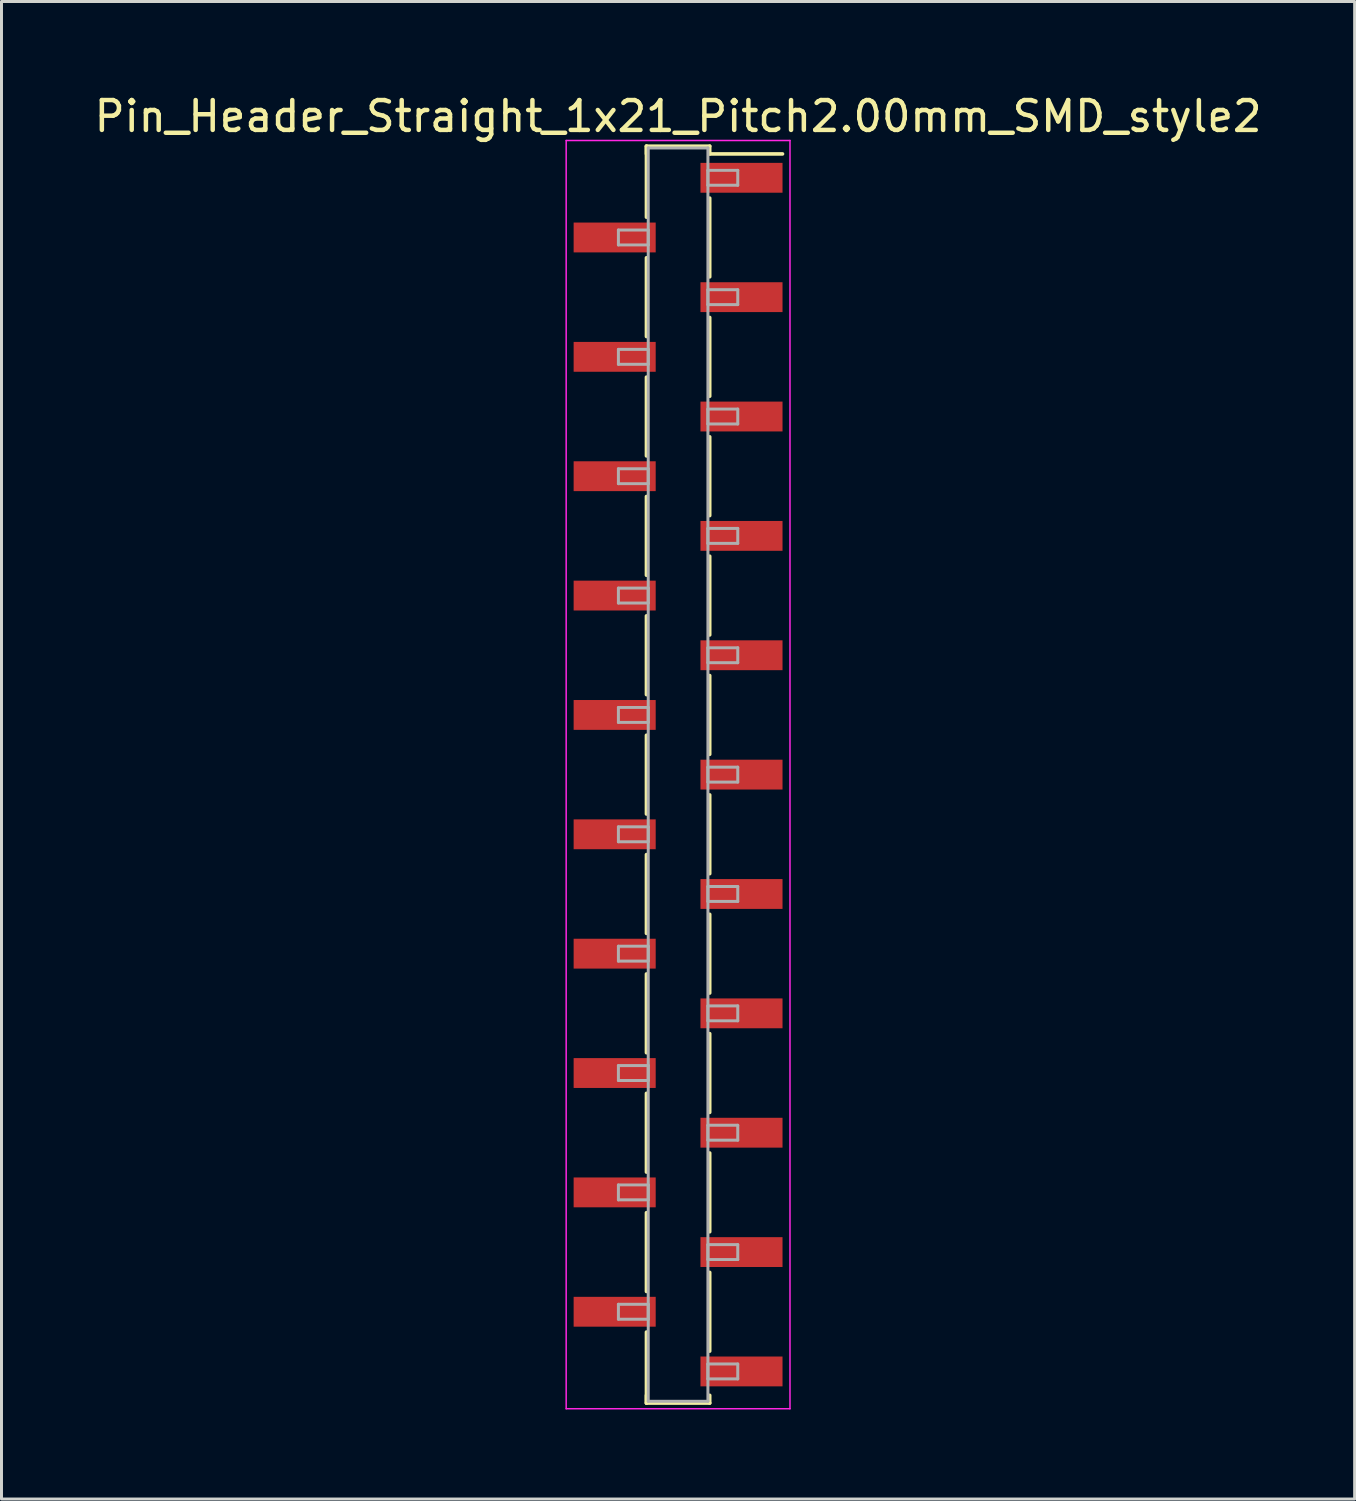
<source format=kicad_pcb>
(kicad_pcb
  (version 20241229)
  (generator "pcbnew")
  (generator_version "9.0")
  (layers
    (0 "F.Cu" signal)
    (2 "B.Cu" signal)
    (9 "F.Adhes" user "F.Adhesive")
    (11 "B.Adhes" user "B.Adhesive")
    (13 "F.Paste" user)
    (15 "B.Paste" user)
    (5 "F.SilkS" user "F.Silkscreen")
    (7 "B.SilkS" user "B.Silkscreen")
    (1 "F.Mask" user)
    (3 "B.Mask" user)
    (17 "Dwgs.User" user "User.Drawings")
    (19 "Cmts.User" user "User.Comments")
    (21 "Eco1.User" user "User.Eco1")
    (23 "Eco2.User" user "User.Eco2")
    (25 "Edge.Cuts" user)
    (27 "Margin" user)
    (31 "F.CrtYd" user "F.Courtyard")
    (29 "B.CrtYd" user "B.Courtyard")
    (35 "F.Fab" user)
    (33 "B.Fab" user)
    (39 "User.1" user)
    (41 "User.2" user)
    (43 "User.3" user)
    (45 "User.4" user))
  (footprint "Pin_Header_Straight_1x21_Pitch2.00mm_SMD_style2"
    (layer "F.Cu")
    (at 19.673 22.908)
    (property "Reference" "Pin_Header_Straight_1x21_Pitch2.00mm_SMD_style2" (at 0 -22.06 0) (layer "F.SilkS") (effects (font (size 1 1) (thickness 0.15))))
    (attr smd)
    (fp_line (start -1.06 -21.06) (end -1.06 -18.68) (stroke (width 0.12) (type solid)) (layer "F.SilkS"))
    (fp_line (start -1.06 -21.06) (end 1.06 -21.06) (stroke (width 0.12) (type solid)) (layer "F.SilkS"))
    (fp_line (start -1.06 -20.8) (end -1.06 -21.06) (stroke (width 0.12) (type solid)) (layer "F.SilkS"))
    (fp_line (start -1.06 -17.32) (end -1.06 -14.68) (stroke (width 0.12) (type solid)) (layer "F.SilkS"))
    (fp_line (start -1.06 -13.32) (end -1.06 -10.68) (stroke (width 0.12) (type solid)) (layer "F.SilkS"))
    (fp_line (start -1.06 -9.32) (end -1.06 -6.68) (stroke (width 0.12) (type solid)) (layer "F.SilkS"))
    (fp_line (start -1.06 -5.32) (end -1.06 -2.68) (stroke (width 0.12) (type solid)) (layer "F.SilkS"))
    (fp_line (start -1.06 -1.32) (end -1.06 1.32) (stroke (width 0.12) (type solid)) (layer "F.SilkS"))
    (fp_line (start -1.06 2.68) (end -1.06 5.32) (stroke (width 0.12) (type solid)) (layer "F.SilkS"))
    (fp_line (start -1.06 6.68) (end -1.06 9.32) (stroke (width 0.12) (type solid)) (layer "F.SilkS"))
    (fp_line (start -1.06 10.68) (end -1.06 13.32) (stroke (width 0.12) (type solid)) (layer "F.SilkS"))
    (fp_line (start -1.06 14.68) (end -1.06 17.32) (stroke (width 0.12) (type solid)) (layer "F.SilkS"))
    (fp_line (start -1.06 18.68) (end -1.06 21.06) (stroke (width 0.12) (type solid)) (layer "F.SilkS"))
    (fp_line (start -1.06 20.8) (end -1.06 21.06) (stroke (width 0.12) (type solid)) (layer "F.SilkS"))
    (fp_line (start -1.06 21.06) (end 1.06 21.06) (stroke (width 0.12) (type solid)) (layer "F.SilkS"))
    (fp_line (start 1.06 -21.06) (end 1.06 -20.8) (stroke (width 0.12) (type solid)) (layer "F.SilkS"))
    (fp_line (start 1.06 -20.8) (end 3.5 -20.8) (stroke (width 0.12) (type solid)) (layer "F.SilkS"))
    (fp_line (start 1.06 -19.32) (end 1.06 -16.68) (stroke (width 0.12) (type solid)) (layer "F.SilkS"))
    (fp_line (start 1.06 -15.32) (end 1.06 -12.68) (stroke (width 0.12) (type solid)) (layer "F.SilkS"))
    (fp_line (start 1.06 -11.32) (end 1.06 -8.68) (stroke (width 0.12) (type solid)) (layer "F.SilkS"))
    (fp_line (start 1.06 -7.32) (end 1.06 -4.68) (stroke (width 0.12) (type solid)) (layer "F.SilkS"))
    (fp_line (start 1.06 -3.32) (end 1.06 -0.68) (stroke (width 0.12) (type solid)) (layer "F.SilkS"))
    (fp_line (start 1.06 0.68) (end 1.06 3.32) (stroke (width 0.12) (type solid)) (layer "F.SilkS"))
    (fp_line (start 1.06 4.68) (end 1.06 7.32) (stroke (width 0.12) (type solid)) (layer "F.SilkS"))
    (fp_line (start 1.06 8.68) (end 1.06 11.32) (stroke (width 0.12) (type solid)) (layer "F.SilkS"))
    (fp_line (start 1.06 12.68) (end 1.06 15.32) (stroke (width 0.12) (type solid)) (layer "F.SilkS"))
    (fp_line (start 1.06 16.68) (end 1.06 19.32) (stroke (width 0.12) (type solid)) (layer "F.SilkS"))
    (fp_line (start 1.06 21.06) (end 1.06 20.8) (stroke (width 0.12) (type solid)) (layer "F.SilkS"))
    (fp_line (start -3.75 -21.25) (end -3.75 21.25) (stroke (width 0.05) (type solid)) (layer "F.CrtYd"))
    (fp_line (start -3.75 21.25) (end 3.75 21.25) (stroke (width 0.05) (type solid)) (layer "F.CrtYd"))
    (fp_line (start 3.75 -21.25) (end -3.75 -21.25) (stroke (width 0.05) (type solid)) (layer "F.CrtYd"))
    (fp_line (start 3.75 21.25) (end 3.75 -21.25) (stroke (width 0.05) (type solid)) (layer "F.CrtYd"))
    (fp_line (start -2 -18.25) (end -1 -18.25) (stroke (width 0.1) (type solid)) (layer "F.Fab"))
    (fp_line (start -2 -17.75) (end -2 -18.25) (stroke (width 0.1) (type solid)) (layer "F.Fab"))
    (fp_line (start -2 -14.25) (end -1 -14.25) (stroke (width 0.1) (type solid)) (layer "F.Fab"))
    (fp_line (start -2 -13.75) (end -2 -14.25) (stroke (width 0.1) (type solid)) (layer "F.Fab"))
    (fp_line (start -2 -10.25) (end -1 -10.25) (stroke (width 0.1) (type solid)) (layer "F.Fab"))
    (fp_line (start -2 -9.75) (end -2 -10.25) (stroke (width 0.1) (type solid)) (layer "F.Fab"))
    (fp_line (start -2 -6.25) (end -1 -6.25) (stroke (width 0.1) (type solid)) (layer "F.Fab"))
    (fp_line (start -2 -5.75) (end -2 -6.25) (stroke (width 0.1) (type solid)) (layer "F.Fab"))
    (fp_line (start -2 -2.25) (end -1 -2.25) (stroke (width 0.1) (type solid)) (layer "F.Fab"))
    (fp_line (start -2 -1.75) (end -2 -2.25) (stroke (width 0.1) (type solid)) (layer "F.Fab"))
    (fp_line (start -2 1.75) (end -1 1.75) (stroke (width 0.1) (type solid)) (layer "F.Fab"))
    (fp_line (start -2 2.25) (end -2 1.75) (stroke (width 0.1) (type solid)) (layer "F.Fab"))
    (fp_line (start -2 5.75) (end -1 5.75) (stroke (width 0.1) (type solid)) (layer "F.Fab"))
    (fp_line (start -2 6.25) (end -2 5.75) (stroke (width 0.1) (type solid)) (layer "F.Fab"))
    (fp_line (start -2 9.75) (end -1 9.75) (stroke (width 0.1) (type solid)) (layer "F.Fab"))
    (fp_line (start -2 10.25) (end -2 9.75) (stroke (width 0.1) (type solid)) (layer "F.Fab"))
    (fp_line (start -2 13.75) (end -1 13.75) (stroke (width 0.1) (type solid)) (layer "F.Fab"))
    (fp_line (start -2 14.25) (end -2 13.75) (stroke (width 0.1) (type solid)) (layer "F.Fab"))
    (fp_line (start -2 17.75) (end -1 17.75) (stroke (width 0.1) (type solid)) (layer "F.Fab"))
    (fp_line (start -2 18.25) (end -2 17.75) (stroke (width 0.1) (type solid)) (layer "F.Fab"))
    (fp_line (start -1 -21) (end -1 21) (stroke (width 0.1) (type solid)) (layer "F.Fab"))
    (fp_line (start -1 -18.25) (end -1 -17.75) (stroke (width 0.1) (type solid)) (layer "F.Fab"))
    (fp_line (start -1 -17.75) (end -2 -17.75) (stroke (width 0.1) (type solid)) (layer "F.Fab"))
    (fp_line (start -1 -14.25) (end -1 -13.75) (stroke (width 0.1) (type solid)) (layer "F.Fab"))
    (fp_line (start -1 -13.75) (end -2 -13.75) (stroke (width 0.1) (type solid)) (layer "F.Fab"))
    (fp_line (start -1 -10.25) (end -1 -9.75) (stroke (width 0.1) (type solid)) (layer "F.Fab"))
    (fp_line (start -1 -9.75) (end -2 -9.75) (stroke (width 0.1) (type solid)) (layer "F.Fab"))
    (fp_line (start -1 -6.25) (end -1 -5.75) (stroke (width 0.1) (type solid)) (layer "F.Fab"))
    (fp_line (start -1 -5.75) (end -2 -5.75) (stroke (width 0.1) (type solid)) (layer "F.Fab"))
    (fp_line (start -1 -2.25) (end -1 -1.75) (stroke (width 0.1) (type solid)) (layer "F.Fab"))
    (fp_line (start -1 -1.75) (end -2 -1.75) (stroke (width 0.1) (type solid)) (layer "F.Fab"))
    (fp_line (start -1 1.75) (end -1 2.25) (stroke (width 0.1) (type solid)) (layer "F.Fab"))
    (fp_line (start -1 2.25) (end -2 2.25) (stroke (width 0.1) (type solid)) (layer "F.Fab"))
    (fp_line (start -1 5.75) (end -1 6.25) (stroke (width 0.1) (type solid)) (layer "F.Fab"))
    (fp_line (start -1 6.25) (end -2 6.25) (stroke (width 0.1) (type solid)) (layer "F.Fab"))
    (fp_line (start -1 9.75) (end -1 10.25) (stroke (width 0.1) (type solid)) (layer "F.Fab"))
    (fp_line (start -1 10.25) (end -2 10.25) (stroke (width 0.1) (type solid)) (layer "F.Fab"))
    (fp_line (start -1 13.75) (end -1 14.25) (stroke (width 0.1) (type solid)) (layer "F.Fab"))
    (fp_line (start -1 14.25) (end -2 14.25) (stroke (width 0.1) (type solid)) (layer "F.Fab"))
    (fp_line (start -1 17.75) (end -1 18.25) (stroke (width 0.1) (type solid)) (layer "F.Fab"))
    (fp_line (start -1 18.25) (end -2 18.25) (stroke (width 0.1) (type solid)) (layer "F.Fab"))
    (fp_line (start -1 21) (end 1 21) (stroke (width 0.1) (type solid)) (layer "F.Fab"))
    (fp_line (start 1 -21) (end -1 -21) (stroke (width 0.1) (type solid)) (layer "F.Fab"))
    (fp_line (start 1 -20.25) (end 1 -19.75) (stroke (width 0.1) (type solid)) (layer "F.Fab"))
    (fp_line (start 1 -19.75) (end 2 -19.75) (stroke (width 0.1) (type solid)) (layer "F.Fab"))
    (fp_line (start 1 -16.25) (end 1 -15.75) (stroke (width 0.1) (type solid)) (layer "F.Fab"))
    (fp_line (start 1 -15.75) (end 2 -15.75) (stroke (width 0.1) (type solid)) (layer "F.Fab"))
    (fp_line (start 1 -12.25) (end 1 -11.75) (stroke (width 0.1) (type solid)) (layer "F.Fab"))
    (fp_line (start 1 -11.75) (end 2 -11.75) (stroke (width 0.1) (type solid)) (layer "F.Fab"))
    (fp_line (start 1 -8.25) (end 1 -7.75) (stroke (width 0.1) (type solid)) (layer "F.Fab"))
    (fp_line (start 1 -7.75) (end 2 -7.75) (stroke (width 0.1) (type solid)) (layer "F.Fab"))
    (fp_line (start 1 -4.25) (end 1 -3.75) (stroke (width 0.1) (type solid)) (layer "F.Fab"))
    (fp_line (start 1 -3.75) (end 2 -3.75) (stroke (width 0.1) (type solid)) (layer "F.Fab"))
    (fp_line (start 1 -0.25) (end 1 0.25) (stroke (width 0.1) (type solid)) (layer "F.Fab"))
    (fp_line (start 1 0.25) (end 2 0.25) (stroke (width 0.1) (type solid)) (layer "F.Fab"))
    (fp_line (start 1 3.75) (end 1 4.25) (stroke (width 0.1) (type solid)) (layer "F.Fab"))
    (fp_line (start 1 4.25) (end 2 4.25) (stroke (width 0.1) (type solid)) (layer "F.Fab"))
    (fp_line (start 1 7.75) (end 1 8.25) (stroke (width 0.1) (type solid)) (layer "F.Fab"))
    (fp_line (start 1 8.25) (end 2 8.25) (stroke (width 0.1) (type solid)) (layer "F.Fab"))
    (fp_line (start 1 11.75) (end 1 12.25) (stroke (width 0.1) (type solid)) (layer "F.Fab"))
    (fp_line (start 1 12.25) (end 2 12.25) (stroke (width 0.1) (type solid)) (layer "F.Fab"))
    (fp_line (start 1 15.75) (end 1 16.25) (stroke (width 0.1) (type solid)) (layer "F.Fab"))
    (fp_line (start 1 16.25) (end 2 16.25) (stroke (width 0.1) (type solid)) (layer "F.Fab"))
    (fp_line (start 1 19.75) (end 1 20.25) (stroke (width 0.1) (type solid)) (layer "F.Fab"))
    (fp_line (start 1 20.25) (end 2 20.25) (stroke (width 0.1) (type solid)) (layer "F.Fab"))
    (fp_line (start 1 21) (end 1 -21) (stroke (width 0.1) (type solid)) (layer "F.Fab"))
    (fp_line (start 2 -20.25) (end 1 -20.25) (stroke (width 0.1) (type solid)) (layer "F.Fab"))
    (fp_line (start 2 -19.75) (end 2 -20.25) (stroke (width 0.1) (type solid)) (layer "F.Fab"))
    (fp_line (start 2 -16.25) (end 1 -16.25) (stroke (width 0.1) (type solid)) (layer "F.Fab"))
    (fp_line (start 2 -15.75) (end 2 -16.25) (stroke (width 0.1) (type solid)) (layer "F.Fab"))
    (fp_line (start 2 -12.25) (end 1 -12.25) (stroke (width 0.1) (type solid)) (layer "F.Fab"))
    (fp_line (start 2 -11.75) (end 2 -12.25) (stroke (width 0.1) (type solid)) (layer "F.Fab"))
    (fp_line (start 2 -8.25) (end 1 -8.25) (stroke (width 0.1) (type solid)) (layer "F.Fab"))
    (fp_line (start 2 -7.75) (end 2 -8.25) (stroke (width 0.1) (type solid)) (layer "F.Fab"))
    (fp_line (start 2 -4.25) (end 1 -4.25) (stroke (width 0.1) (type solid)) (layer "F.Fab"))
    (fp_line (start 2 -3.75) (end 2 -4.25) (stroke (width 0.1) (type solid)) (layer "F.Fab"))
    (fp_line (start 2 -0.25) (end 1 -0.25) (stroke (width 0.1) (type solid)) (layer "F.Fab"))
    (fp_line (start 2 0.25) (end 2 -0.25) (stroke (width 0.1) (type solid)) (layer "F.Fab"))
    (fp_line (start 2 3.75) (end 1 3.75) (stroke (width 0.1) (type solid)) (layer "F.Fab"))
    (fp_line (start 2 4.25) (end 2 3.75) (stroke (width 0.1) (type solid)) (layer "F.Fab"))
    (fp_line (start 2 7.75) (end 1 7.75) (stroke (width 0.1) (type solid)) (layer "F.Fab"))
    (fp_line (start 2 8.25) (end 2 7.75) (stroke (width 0.1) (type solid)) (layer "F.Fab"))
    (fp_line (start 2 11.75) (end 1 11.75) (stroke (width 0.1) (type solid)) (layer "F.Fab"))
    (fp_line (start 2 12.25) (end 2 11.75) (stroke (width 0.1) (type solid)) (layer "F.Fab"))
    (fp_line (start 2 15.75) (end 1 15.75) (stroke (width 0.1) (type solid)) (layer "F.Fab"))
    (fp_line (start 2 16.25) (end 2 15.75) (stroke (width 0.1) (type solid)) (layer "F.Fab"))
    (fp_line (start 2 19.75) (end 1 19.75) (stroke (width 0.1) (type solid)) (layer "F.Fab"))
    (fp_line (start 2 20.25) (end 2 19.75) (stroke (width 0.1) (type solid)) (layer "F.Fab"))
    (pad "1" smd rect (at 2.125 -20) (size 2.75 1) (layers "F.Cu" "F.Mask"))
    (pad "2" smd rect (at -2.125 -18) (size 2.75 1) (layers "F.Cu" "F.Mask"))
    (pad "3" smd rect (at 2.125 -16) (size 2.75 1) (layers "F.Cu" "F.Mask"))
    (pad "4" smd rect (at -2.125 -14) (size 2.75 1) (layers "F.Cu" "F.Mask"))
    (pad "5" smd rect (at 2.125 -12) (size 2.75 1) (layers "F.Cu" "F.Mask"))
    (pad "6" smd rect (at -2.125 -10) (size 2.75 1) (layers "F.Cu" "F.Mask"))
    (pad "7" smd rect (at 2.125 -8) (size 2.75 1) (layers "F.Cu" "F.Mask"))
    (pad "8" smd rect (at -2.125 -6) (size 2.75 1) (layers "F.Cu" "F.Mask"))
    (pad "9" smd rect (at 2.125 -4) (size 2.75 1) (layers "F.Cu" "F.Mask"))
    (pad "10" smd rect (at -2.125 -2) (size 2.75 1) (layers "F.Cu" "F.Mask"))
    (pad "11" smd rect (at 2.125 0) (size 2.75 1) (layers "F.Cu" "F.Mask"))
    (pad "12" smd rect (at -2.125 2) (size 2.75 1) (layers "F.Cu" "F.Mask"))
    (pad "13" smd rect (at 2.125 4) (size 2.75 1) (layers "F.Cu" "F.Mask"))
    (pad "14" smd rect (at -2.125 6) (size 2.75 1) (layers "F.Cu" "F.Mask"))
    (pad "15" smd rect (at 2.125 8) (size 2.75 1) (layers "F.Cu" "F.Mask"))
    (pad "16" smd rect (at -2.125 10) (size 2.75 1) (layers "F.Cu" "F.Mask"))
    (pad "17" smd rect (at 2.125 12) (size 2.75 1) (layers "F.Cu" "F.Mask"))
    (pad "18" smd rect (at -2.125 14) (size 2.75 1) (layers "F.Cu" "F.Mask"))
    (pad "19" smd rect (at 2.125 16) (size 2.75 1) (layers "F.Cu" "F.Mask"))
    (pad "20" smd rect (at -2.125 18) (size 2.75 1) (layers "F.Cu" "F.Mask"))
    (pad "21" smd rect (at 2.125 20) (size 2.75 1) (layers "F.Cu" "F.Mask")))
  (gr_rect
    (start -3 -3)
    (end 42.345 47.183)
    (stroke (width 0.1) (type default))
    (fill no)
    (layer "Edge.Cuts")))
</source>
